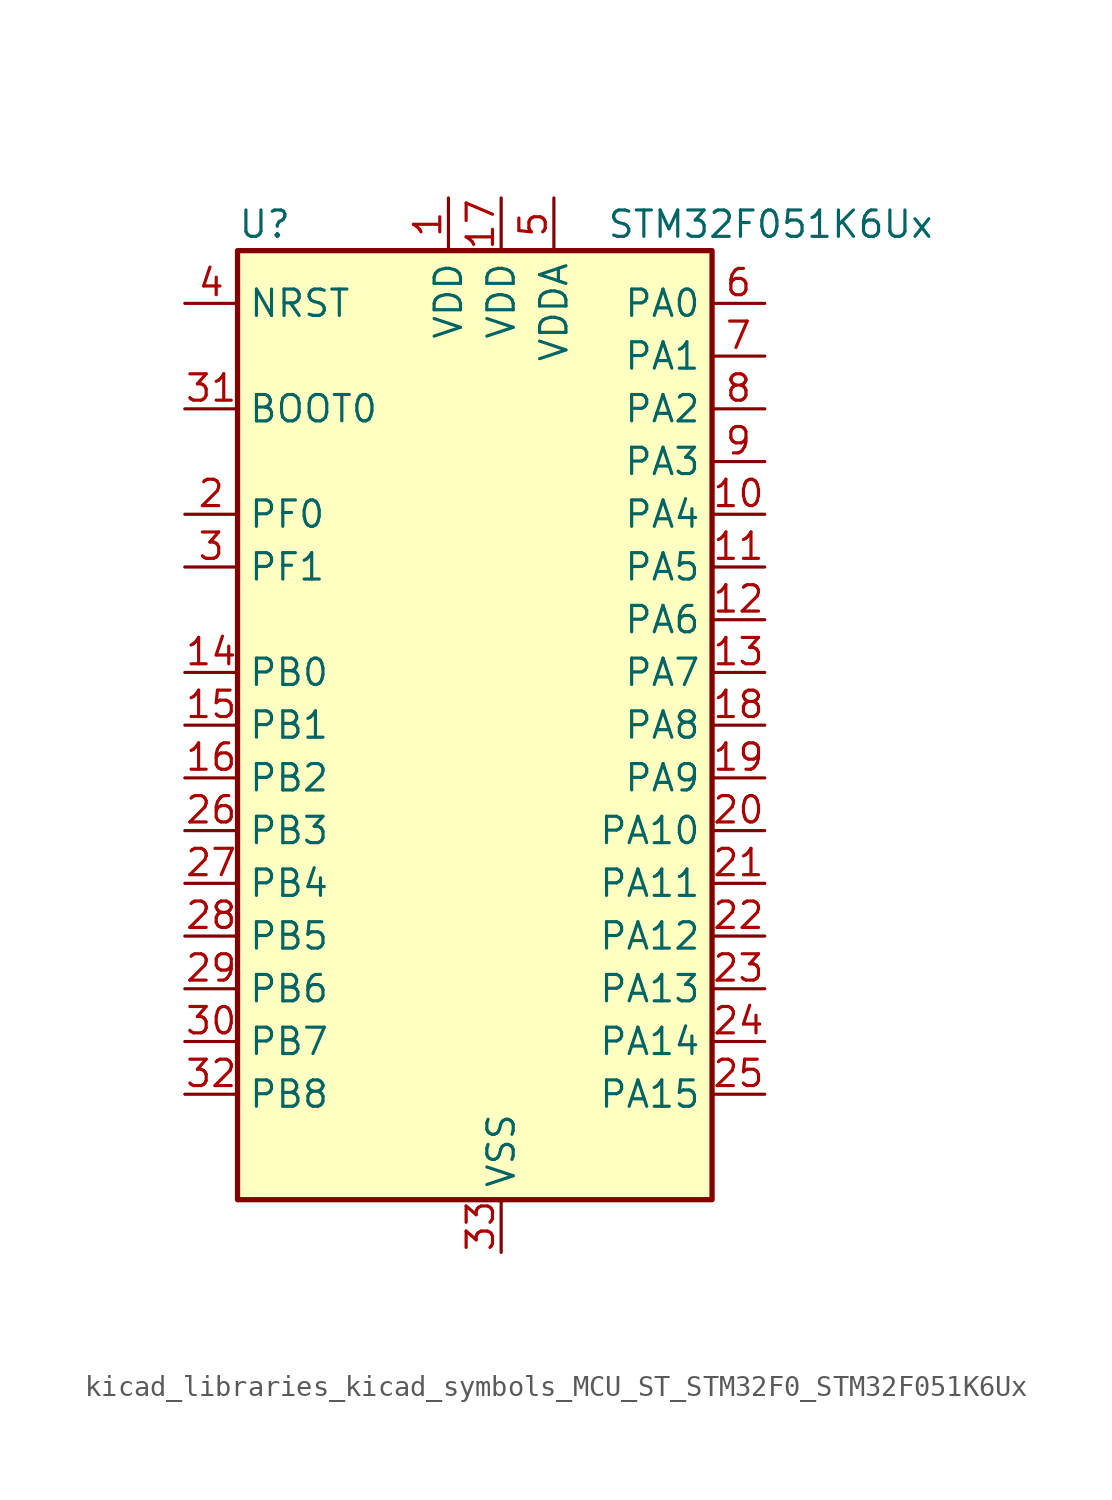
<source format=kicad_sym>
(kicad_symbol_lib
  (version 20220914)
  (generator kicad_symbol_editor)
  (symbol "kicad_libraries_kicad_symbols_MCU_ST_STM32F0_STM32F051K6Ux"
    (property "Reference" "U"
      (at -10.16 24.13 0)
      (effects (font (size 1.27 1.27)) (justify left)))
    (property "Value" "STM32F051K6Ux"
      (at 7.62 24.13 0)
      (effects (font (size 1.27 1.27)) (justify left)))
    (property "ki_locked" ""
      (at 0 0 0)
      (effects (font (size 1.27 1.27))))
    (symbol "kicad_libraries_kicad_symbols_MCU_ST_STM32F0_STM32F051K6Ux_0_1"
      (rectangle (start -10.16 -22.86) (end 12.7 22.86) (stroke (width 0.254) (type default)) (fill (type background))))
    (symbol "kicad_libraries_kicad_symbols_MCU_ST_STM32F0_STM32F051K6Ux_1_1"
      (pin power_in line (at 0 25.4 270) (length 2.54) (name "VDD" (effects (font (size 1.27 1.27)))) (number "1" (effects (font (size 1.27 1.27)))))
      (pin bidirectional line (at 15.24 10.16 180) (length 2.54) (name "PA4" (effects (font (size 1.27 1.27)))) (number "10" (effects (font (size 1.27 1.27)))) (alternate "ADC_IN4" bidirectional line) (alternate "COMP1_INM" bidirectional line) (alternate "COMP2_INM" bidirectional line) (alternate "DAC1_OUT1" bidirectional line) (alternate "I2S1_WS" bidirectional line) (alternate "SPI1_NSS" bidirectional line) (alternate "TIM14_CH1" bidirectional line) (alternate "TSC_G2_IO1" bidirectional line) (alternate "USART2_CK" bidirectional line))
      (pin bidirectional line (at 15.24 7.62 180) (length 2.54) (name "PA5" (effects (font (size 1.27 1.27)))) (number "11" (effects (font (size 1.27 1.27)))) (alternate "ADC_IN5" bidirectional line) (alternate "CEC" bidirectional line) (alternate "COMP1_INM" bidirectional line) (alternate "COMP2_INM" bidirectional line) (alternate "I2S1_CK" bidirectional line) (alternate "SPI1_SCK" bidirectional line) (alternate "TIM2_CH1" bidirectional line) (alternate "TIM2_ETR" bidirectional line) (alternate "TSC_G2_IO2" bidirectional line))
      (pin bidirectional line (at 15.24 5.08 180) (length 2.54) (name "PA6" (effects (font (size 1.27 1.27)))) (number "12" (effects (font (size 1.27 1.27)))) (alternate "ADC_IN6" bidirectional line) (alternate "COMP1_OUT" bidirectional line) (alternate "I2S1_MCK" bidirectional line) (alternate "SPI1_MISO" bidirectional line) (alternate "TIM16_CH1" bidirectional line) (alternate "TIM1_BKIN" bidirectional line) (alternate "TIM3_CH1" bidirectional line) (alternate "TSC_G2_IO3" bidirectional line))
      (pin bidirectional line (at 15.24 2.54 180) (length 2.54) (name "PA7" (effects (font (size 1.27 1.27)))) (number "13" (effects (font (size 1.27 1.27)))) (alternate "ADC_IN7" bidirectional line) (alternate "COMP2_OUT" bidirectional line) (alternate "I2S1_SD" bidirectional line) (alternate "SPI1_MOSI" bidirectional line) (alternate "TIM14_CH1" bidirectional line) (alternate "TIM17_CH1" bidirectional line) (alternate "TIM1_CH1N" bidirectional line) (alternate "TIM3_CH2" bidirectional line) (alternate "TSC_G2_IO4" bidirectional line))
      (pin bidirectional line (at -12.7 2.54 0) (length 2.54) (name "PB0" (effects (font (size 1.27 1.27)))) (number "14" (effects (font (size 1.27 1.27)))) (alternate "ADC_IN8" bidirectional line) (alternate "TIM1_CH2N" bidirectional line) (alternate "TIM3_CH3" bidirectional line) (alternate "TSC_G3_IO2" bidirectional line))
      (pin bidirectional line (at -12.7 0 0) (length 2.54) (name "PB1" (effects (font (size 1.27 1.27)))) (number "15" (effects (font (size 1.27 1.27)))) (alternate "ADC_IN9" bidirectional line) (alternate "TIM14_CH1" bidirectional line) (alternate "TIM1_CH3N" bidirectional line) (alternate "TIM3_CH4" bidirectional line) (alternate "TSC_G3_IO3" bidirectional line))
      (pin bidirectional line (at -12.7 -2.54 0) (length 2.54) (name "PB2" (effects (font (size 1.27 1.27)))) (number "16" (effects (font (size 1.27 1.27)))) (alternate "TSC_G3_IO4" bidirectional line))
      (pin power_in line (at 2.54 25.4 270) (length 2.54) (name "VDD" (effects (font (size 1.27 1.27)))) (number "17" (effects (font (size 1.27 1.27)))))
      (pin bidirectional line (at 15.24 0 180) (length 2.54) (name "PA8" (effects (font (size 1.27 1.27)))) (number "18" (effects (font (size 1.27 1.27)))) (alternate "RCC_MCO" bidirectional line) (alternate "TIM1_CH1" bidirectional line) (alternate "USART1_CK" bidirectional line))
      (pin bidirectional line (at 15.24 -2.54 180) (length 2.54) (name "PA9" (effects (font (size 1.27 1.27)))) (number "19" (effects (font (size 1.27 1.27)))) (alternate "DAC1_EXTI9" bidirectional line) (alternate "TIM15_BKIN" bidirectional line) (alternate "TIM1_CH2" bidirectional line) (alternate "TSC_G4_IO1" bidirectional line) (alternate "USART1_TX" bidirectional line))
      (pin bidirectional line (at -12.7 10.16 0) (length 2.54) (name "PF0" (effects (font (size 1.27 1.27)))) (number "2" (effects (font (size 1.27 1.27)))) (alternate "RCC_OSC_IN" bidirectional line))
      (pin bidirectional line (at 15.24 -5.08 180) (length 2.54) (name "PA10" (effects (font (size 1.27 1.27)))) (number "20" (effects (font (size 1.27 1.27)))) (alternate "TIM17_BKIN" bidirectional line) (alternate "TIM1_CH3" bidirectional line) (alternate "TSC_G4_IO2" bidirectional line) (alternate "USART1_RX" bidirectional line))
      (pin bidirectional line (at 15.24 -7.62 180) (length 2.54) (name "PA11" (effects (font (size 1.27 1.27)))) (number "21" (effects (font (size 1.27 1.27)))) (alternate "COMP1_OUT" bidirectional line) (alternate "TIM1_CH4" bidirectional line) (alternate "TSC_G4_IO3" bidirectional line) (alternate "USART1_CTS" bidirectional line))
      (pin bidirectional line (at 15.24 -10.16 180) (length 2.54) (name "PA12" (effects (font (size 1.27 1.27)))) (number "22" (effects (font (size 1.27 1.27)))) (alternate "COMP2_OUT" bidirectional line) (alternate "TIM1_ETR" bidirectional line) (alternate "TSC_G4_IO4" bidirectional line) (alternate "USART1_DE" bidirectional line) (alternate "USART1_RTS" bidirectional line))
      (pin bidirectional line (at 15.24 -12.7 180) (length 2.54) (name "PA13" (effects (font (size 1.27 1.27)))) (number "23" (effects (font (size 1.27 1.27)))) (alternate "IR_OUT" bidirectional line) (alternate "SYS_SWDIO" bidirectional line))
      (pin bidirectional line (at 15.24 -15.24 180) (length 2.54) (name "PA14" (effects (font (size 1.27 1.27)))) (number "24" (effects (font (size 1.27 1.27)))) (alternate "SYS_SWCLK" bidirectional line) (alternate "USART2_TX" bidirectional line))
      (pin bidirectional line (at 15.24 -17.78 180) (length 2.54) (name "PA15" (effects (font (size 1.27 1.27)))) (number "25" (effects (font (size 1.27 1.27)))) (alternate "I2S1_WS" bidirectional line) (alternate "SPI1_NSS" bidirectional line) (alternate "TIM2_CH1" bidirectional line) (alternate "TIM2_ETR" bidirectional line) (alternate "USART2_RX" bidirectional line))
      (pin bidirectional line (at -12.7 -5.08 0) (length 2.54) (name "PB3" (effects (font (size 1.27 1.27)))) (number "26" (effects (font (size 1.27 1.27)))) (alternate "I2S1_CK" bidirectional line) (alternate "SPI1_SCK" bidirectional line) (alternate "TIM2_CH2" bidirectional line) (alternate "TSC_G5_IO1" bidirectional line))
      (pin bidirectional line (at -12.7 -7.62 0) (length 2.54) (name "PB4" (effects (font (size 1.27 1.27)))) (number "27" (effects (font (size 1.27 1.27)))) (alternate "I2S1_MCK" bidirectional line) (alternate "SPI1_MISO" bidirectional line) (alternate "TIM3_CH1" bidirectional line) (alternate "TSC_G5_IO2" bidirectional line))
      (pin bidirectional line (at -12.7 -10.16 0) (length 2.54) (name "PB5" (effects (font (size 1.27 1.27)))) (number "28" (effects (font (size 1.27 1.27)))) (alternate "I2C1_SMBA" bidirectional line) (alternate "I2S1_SD" bidirectional line) (alternate "SPI1_MOSI" bidirectional line) (alternate "TIM16_BKIN" bidirectional line) (alternate "TIM3_CH2" bidirectional line))
      (pin bidirectional line (at -12.7 -12.7 0) (length 2.54) (name "PB6" (effects (font (size 1.27 1.27)))) (number "29" (effects (font (size 1.27 1.27)))) (alternate "I2C1_SCL" bidirectional line) (alternate "TIM16_CH1N" bidirectional line) (alternate "TSC_G5_IO3" bidirectional line) (alternate "USART1_TX" bidirectional line))
      (pin bidirectional line (at -12.7 7.62 0) (length 2.54) (name "PF1" (effects (font (size 1.27 1.27)))) (number "3" (effects (font (size 1.27 1.27)))) (alternate "RCC_OSC_OUT" bidirectional line))
      (pin bidirectional line (at -12.7 -15.24 0) (length 2.54) (name "PB7" (effects (font (size 1.27 1.27)))) (number "30" (effects (font (size 1.27 1.27)))) (alternate "I2C1_SDA" bidirectional line) (alternate "TIM17_CH1N" bidirectional line) (alternate "TSC_G5_IO4" bidirectional line) (alternate "USART1_RX" bidirectional line))
      (pin input line (at -12.7 15.24 0) (length 2.54) (name "BOOT0" (effects (font (size 1.27 1.27)))) (number "31" (effects (font (size 1.27 1.27)))))
      (pin bidirectional line (at -12.7 -17.78 0) (length 2.54) (name "PB8" (effects (font (size 1.27 1.27)))) (number "32" (effects (font (size 1.27 1.27)))) (alternate "CEC" bidirectional line) (alternate "I2C1_SCL" bidirectional line) (alternate "TIM16_CH1" bidirectional line) (alternate "TSC_SYNC" bidirectional line))
      (pin power_in line (at 2.54 -25.4 90) (length 2.54) (name "VSS" (effects (font (size 1.27 1.27)))) (number "33" (effects (font (size 1.27 1.27)))))
      (pin input line (at -12.7 20.32 0) (length 2.54) (name "NRST" (effects (font (size 1.27 1.27)))) (number "4" (effects (font (size 1.27 1.27)))))
      (pin power_in line (at 5.08 25.4 270) (length 2.54) (name "VDDA" (effects (font (size 1.27 1.27)))) (number "5" (effects (font (size 1.27 1.27)))))
      (pin bidirectional line (at 15.24 20.32 180) (length 2.54) (name "PA0" (effects (font (size 1.27 1.27)))) (number "6" (effects (font (size 1.27 1.27)))) (alternate "ADC_IN0" bidirectional line) (alternate "COMP1_INM" bidirectional line) (alternate "COMP1_OUT" bidirectional line) (alternate "RTC_TAMP2" bidirectional line) (alternate "SYS_WKUP1" bidirectional line) (alternate "TIM2_CH1" bidirectional line) (alternate "TIM2_ETR" bidirectional line) (alternate "TSC_G1_IO1" bidirectional line) (alternate "USART2_CTS" bidirectional line))
      (pin bidirectional line (at 15.24 17.78 180) (length 2.54) (name "PA1" (effects (font (size 1.27 1.27)))) (number "7" (effects (font (size 1.27 1.27)))) (alternate "ADC_IN1" bidirectional line) (alternate "COMP1_INP" bidirectional line) (alternate "TIM2_CH2" bidirectional line) (alternate "TSC_G1_IO2" bidirectional line) (alternate "USART2_DE" bidirectional line) (alternate "USART2_RTS" bidirectional line))
      (pin bidirectional line (at 15.24 15.24 180) (length 2.54) (name "PA2" (effects (font (size 1.27 1.27)))) (number "8" (effects (font (size 1.27 1.27)))) (alternate "ADC_IN2" bidirectional line) (alternate "COMP2_INM" bidirectional line) (alternate "COMP2_OUT" bidirectional line) (alternate "TIM15_CH1" bidirectional line) (alternate "TIM2_CH3" bidirectional line) (alternate "TSC_G1_IO3" bidirectional line) (alternate "USART2_TX" bidirectional line))
      (pin bidirectional line (at 15.24 12.7 180) (length 2.54) (name "PA3" (effects (font (size 1.27 1.27)))) (number "9" (effects (font (size 1.27 1.27)))) (alternate "ADC_IN3" bidirectional line) (alternate "COMP2_INP" bidirectional line) (alternate "TIM15_CH2" bidirectional line) (alternate "TIM2_CH4" bidirectional line) (alternate "TSC_G1_IO4" bidirectional line) (alternate "USART2_RX" bidirectional line)))))
</source>
